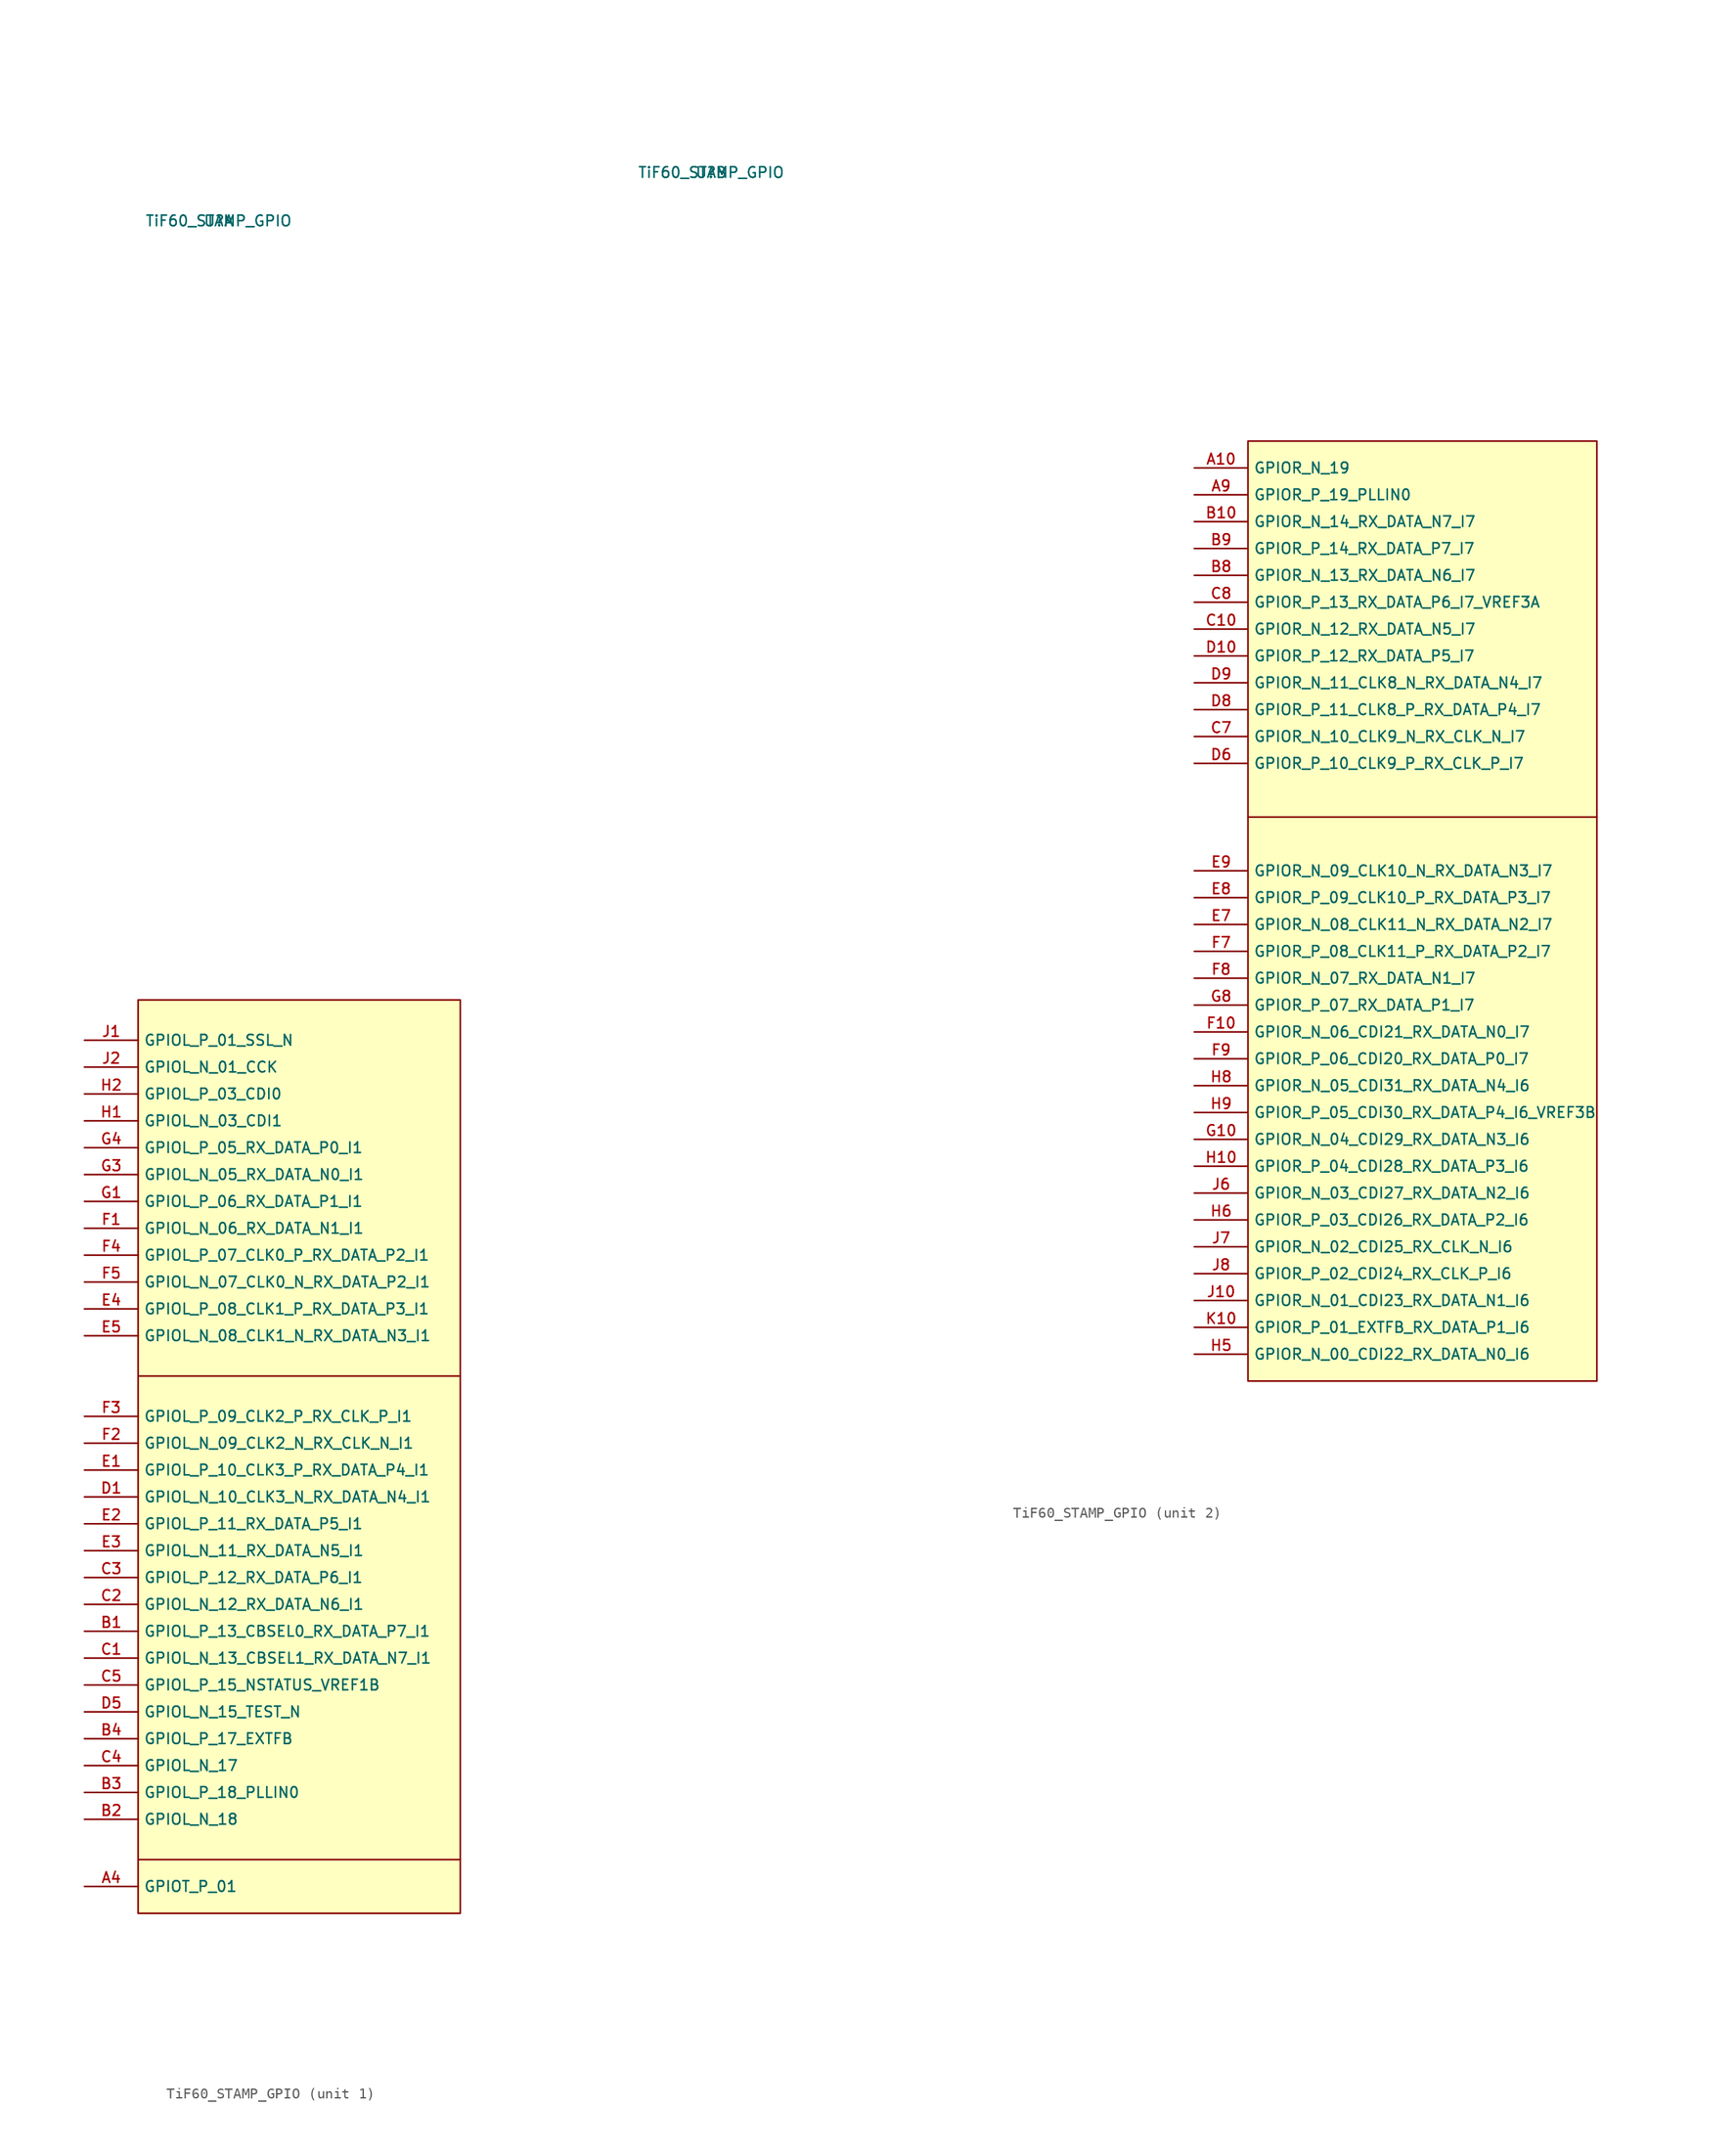
<source format=kicad_sym>
(kicad_symbol_lib
  (version 20210619)
  (generator kicad_symbol_editor)
  (symbol "TiF100_STAMP:TiF60_STAMP_GPIO"
    (property "Reference" "U"
      (at -5.08 114.3 0)
      (effects (font (size 1 1))))
    (property "Value" "TiF60_STAMP_GPIO"
      (at -5.08 114.3 0)
      (effects (font (size 1 1))))
    (symbol "TiF60_STAMP_GPIO_1_1"
      (rectangle (start -12.7 40.64) (end 17.78 -45.72) (stroke (width 0)) (fill (type background)))
      (polyline (pts (xy -12.7 -40.64) (xy 17.78 -40.64)) (stroke (width 0.152)) (fill (type none)))
      (polyline (pts (xy -12.7 5.08) (xy 17.78 5.08)) (stroke (width 0.152)) (fill (type none)))
      (pin bidirectional line (at -17.78 -43.18 0) (length 5.08) (name "GPIOT_P_01" (effects (font (size 1 1)))) (number "A4" (effects (font (size 1 1)))))
      (pin bidirectional line (at -17.78 -19.05 0) (length 5.08) (name "GPIOL_P_13_CBSEL0_RX_DATA_P7_I1" (effects (font (size 1 1)))) (number "B1" (effects (font (size 1 1)))))
      (pin bidirectional line (at -17.78 -36.83 0) (length 5.08) (name "GPIOL_N_18" (effects (font (size 1 1)))) (number "B2" (effects (font (size 1 1)))))
      (pin bidirectional line (at -17.78 -34.29 0) (length 5.08) (name "GPIOL_P_18_PLLIN0" (effects (font (size 1 1)))) (number "B3" (effects (font (size 1 1)))))
      (pin bidirectional line (at -17.78 -29.21 0) (length 5.08) (name "GPIOL_P_17_EXTFB" (effects (font (size 1 1)))) (number "B4" (effects (font (size 1 1)))))
      (pin bidirectional line (at -17.78 -21.59 0) (length 5.08) (name "GPIOL_N_13_CBSEL1_RX_DATA_N7_I1" (effects (font (size 1 1)))) (number "C1" (effects (font (size 1 1)))))
      (pin bidirectional line (at -17.78 -16.51 0) (length 5.08) (name "GPIOL_N_12_RX_DATA_N6_I1" (effects (font (size 1 1)))) (number "C2" (effects (font (size 1 1)))))
      (pin bidirectional line (at -17.78 -13.97 0) (length 5.08) (name "GPIOL_P_12_RX_DATA_P6_I1" (effects (font (size 1 1)))) (number "C3" (effects (font (size 1 1)))))
      (pin bidirectional line (at -17.78 -31.75 0) (length 5.08) (name "GPIOL_N_17" (effects (font (size 1 1)))) (number "C4" (effects (font (size 1 1)))))
      (pin bidirectional line (at -17.78 -24.13 0) (length 5.08) (name "GPIOL_P_15_NSTATUS_VREF1B" (effects (font (size 1 1)))) (number "C5" (effects (font (size 1 1)))))
      (pin bidirectional line (at -17.78 -6.35 0) (length 5.08) (name "GPIOL_N_10_CLK3_N_RX_DATA_N4_I1" (effects (font (size 1 1)))) (number "D1" (effects (font (size 1 1)))))
      (pin bidirectional line (at -17.78 -26.67 0) (length 5.08) (name "GPIOL_N_15_TEST_N" (effects (font (size 1 1)))) (number "D5" (effects (font (size 1 1)))))
      (pin bidirectional line (at -17.78 -3.81 0) (length 5.08) (name "GPIOL_P_10_CLK3_P_RX_DATA_P4_I1" (effects (font (size 1 1)))) (number "E1" (effects (font (size 1 1)))))
      (pin bidirectional line (at -17.78 -8.89 0) (length 5.08) (name "GPIOL_P_11_RX_DATA_P5_I1" (effects (font (size 1 1)))) (number "E2" (effects (font (size 1 1)))))
      (pin bidirectional line (at -17.78 -11.43 0) (length 5.08) (name "GPIOL_N_11_RX_DATA_N5_I1" (effects (font (size 1 1)))) (number "E3" (effects (font (size 1 1)))))
      (pin bidirectional line (at -17.78 11.43 0) (length 5.08) (name "GPIOL_P_08_CLK1_P_RX_DATA_P3_I1" (effects (font (size 1 1)))) (number "E4" (effects (font (size 1 1)))))
      (pin bidirectional line (at -17.78 8.89 0) (length 5.08) (name "GPIOL_N_08_CLK1_N_RX_DATA_N3_I1" (effects (font (size 1 1)))) (number "E5" (effects (font (size 1 1)))))
      (pin bidirectional line (at -17.78 19.05 0) (length 5.08) (name "GPIOL_N_06_RX_DATA_N1_I1" (effects (font (size 1 1)))) (number "F1" (effects (font (size 1 1)))))
      (pin bidirectional line (at -17.78 -1.27 0) (length 5.08) (name "GPIOL_N_09_CLK2_N_RX_CLK_N_I1" (effects (font (size 1 1)))) (number "F2" (effects (font (size 1 1)))))
      (pin bidirectional line (at -17.78 1.27 0) (length 5.08) (name "GPIOL_P_09_CLK2_P_RX_CLK_P_I1" (effects (font (size 1 1)))) (number "F3" (effects (font (size 1 1)))))
      (pin bidirectional line (at -17.78 16.51 0) (length 5.08) (name "GPIOL_P_07_CLK0_P_RX_DATA_P2_I1" (effects (font (size 1 1)))) (number "F4" (effects (font (size 1 1)))))
      (pin bidirectional line (at -17.78 13.97 0) (length 5.08) (name "GPIOL_N_07_CLK0_N_RX_DATA_P2_I1" (effects (font (size 1 1)))) (number "F5" (effects (font (size 1 1)))))
      (pin bidirectional line (at -17.78 21.59 0) (length 5.08) (name "GPIOL_P_06_RX_DATA_P1_I1" (effects (font (size 1 1)))) (number "G1" (effects (font (size 1 1)))))
      (pin bidirectional line (at -17.78 24.13 0) (length 5.08) (name "GPIOL_N_05_RX_DATA_N0_I1" (effects (font (size 1 1)))) (number "G3" (effects (font (size 1 1)))))
      (pin bidirectional line (at -17.78 26.67 0) (length 5.08) (name "GPIOL_P_05_RX_DATA_P0_I1" (effects (font (size 1 1)))) (number "G4" (effects (font (size 1 1)))))
      (pin bidirectional line (at -17.78 29.21 0) (length 5.08) (name "GPIOL_N_03_CDI1" (effects (font (size 1 1)))) (number "H1" (effects (font (size 1 1)))))
      (pin bidirectional line (at -17.78 31.75 0) (length 5.08) (name "GPIOL_P_03_CDI0" (effects (font (size 1 1)))) (number "H2" (effects (font (size 1 1)))))
      (pin bidirectional line (at -17.78 36.83 0) (length 5.08) (name "GPIOL_P_01_SSL_N" (effects (font (size 1 1)))) (number "J1" (effects (font (size 1 1)))))
      (pin bidirectional line (at -17.78 34.29 0) (length 5.08) (name "GPIOL_N_01_CCK" (effects (font (size 1 1)))) (number "J2" (effects (font (size 1 1))))))
    (symbol "TiF60_STAMP_GPIO_2_1"
      (rectangle (start 45.72 88.9) (end 78.74 0) (stroke (width 0)) (fill (type background)))
      (polyline (pts (xy 78.74 53.34) (xy 45.72 53.34)) (stroke (width 0.152)) (fill (type none)))
      (pin bidirectional line (at 40.64 86.36 0) (length 5.08) (name "GPIOR_N_19" (effects (font (size 1 1)))) (number "A10" (effects (font (size 1 1)))))
      (pin bidirectional line (at 40.64 83.82 0) (length 5.08) (name "GPIOR_P_19_PLLIN0" (effects (font (size 1 1)))) (number "A9" (effects (font (size 1 1)))))
      (pin bidirectional line (at 40.64 81.28 0) (length 5.08) (name "GPIOR_N_14_RX_DATA_N7_I7" (effects (font (size 1 1)))) (number "B10" (effects (font (size 1 1)))))
      (pin bidirectional line (at 40.64 76.2 0) (length 5.08) (name "GPIOR_N_13_RX_DATA_N6_I7" (effects (font (size 1 1)))) (number "B8" (effects (font (size 1 1)))))
      (pin bidirectional line (at 40.64 78.74 0) (length 5.08) (name "GPIOR_P_14_RX_DATA_P7_I7" (effects (font (size 1 1)))) (number "B9" (effects (font (size 1 1)))))
      (pin bidirectional line (at 40.64 71.12 0) (length 5.08) (name "GPIOR_N_12_RX_DATA_N5_I7" (effects (font (size 1 1)))) (number "C10" (effects (font (size 1 1)))))
      (pin bidirectional line (at 40.64 60.96 0) (length 5.08) (name "GPIOR_N_10_CLK9_N_RX_CLK_N_I7" (effects (font (size 1 1)))) (number "C7" (effects (font (size 1 1)))))
      (pin bidirectional line (at 40.64 73.66 0) (length 5.08) (name "GPIOR_P_13_RX_DATA_P6_I7_VREF3A" (effects (font (size 1 1)))) (number "C8" (effects (font (size 1 1)))))
      (pin bidirectional line (at 40.64 68.58 0) (length 5.08) (name "GPIOR_P_12_RX_DATA_P5_I7" (effects (font (size 1 1)))) (number "D10" (effects (font (size 1 1)))))
      (pin bidirectional line (at 40.64 58.42 0) (length 5.08) (name "GPIOR_P_10_CLK9_P_RX_CLK_P_I7" (effects (font (size 1 1)))) (number "D6" (effects (font (size 1 1)))))
      (pin bidirectional line (at 40.64 63.5 0) (length 5.08) (name "GPIOR_P_11_CLK8_P_RX_DATA_P4_I7" (effects (font (size 1 1)))) (number "D8" (effects (font (size 1 1)))))
      (pin bidirectional line (at 40.64 66.04 0) (length 5.08) (name "GPIOR_N_11_CLK8_N_RX_DATA_N4_I7" (effects (font (size 1 1)))) (number "D9" (effects (font (size 1 1)))))
      (pin bidirectional line (at 40.64 43.18 0) (length 5.08) (name "GPIOR_N_08_CLK11_N_RX_DATA_N2_I7" (effects (font (size 1 1)))) (number "E7" (effects (font (size 1 1)))))
      (pin bidirectional line (at 40.64 45.72 0) (length 5.08) (name "GPIOR_P_09_CLK10_P_RX_DATA_P3_I7" (effects (font (size 1 1)))) (number "E8" (effects (font (size 1 1)))))
      (pin bidirectional line (at 40.64 48.26 0) (length 5.08) (name "GPIOR_N_09_CLK10_N_RX_DATA_N3_I7" (effects (font (size 1 1)))) (number "E9" (effects (font (size 1 1)))))
      (pin bidirectional line (at 40.64 33.02 0) (length 5.08) (name "GPIOR_N_06_CDI21_RX_DATA_N0_I7" (effects (font (size 1 1)))) (number "F10" (effects (font (size 1 1)))))
      (pin bidirectional line (at 40.64 40.64 0) (length 5.08) (name "GPIOR_P_08_CLK11_P_RX_DATA_P2_I7" (effects (font (size 1 1)))) (number "F7" (effects (font (size 1 1)))))
      (pin bidirectional line (at 40.64 38.1 0) (length 5.08) (name "GPIOR_N_07_RX_DATA_N1_I7" (effects (font (size 1 1)))) (number "F8" (effects (font (size 1 1)))))
      (pin bidirectional line (at 40.64 30.48 0) (length 5.08) (name "GPIOR_P_06_CDI20_RX_DATA_P0_I7" (effects (font (size 1 1)))) (number "F9" (effects (font (size 1 1)))))
      (pin bidirectional line (at 40.64 22.86 0) (length 5.08) (name "GPIOR_N_04_CDI29_RX_DATA_N3_I6" (effects (font (size 1 1)))) (number "G10" (effects (font (size 1 1)))))
      (pin bidirectional line (at 40.64 35.56 0) (length 5.08) (name "GPIOR_P_07_RX_DATA_P1_I7" (effects (font (size 1 1)))) (number "G8" (effects (font (size 1 1)))))
      (pin bidirectional line (at 40.64 20.32 0) (length 5.08) (name "GPIOR_P_04_CDI28_RX_DATA_P3_I6" (effects (font (size 1 1)))) (number "H10" (effects (font (size 1 1)))))
      (pin bidirectional line (at 40.64 2.54 0) (length 5.08) (name "GPIOR_N_00_CDI22_RX_DATA_N0_I6" (effects (font (size 1 1)))) (number "H5" (effects (font (size 1 1)))))
      (pin bidirectional line (at 40.64 15.24 0) (length 5.08) (name "GPIOR_P_03_CDI26_RX_DATA_P2_I6" (effects (font (size 1 1)))) (number "H6" (effects (font (size 1 1)))))
      (pin bidirectional line (at 40.64 27.94 0) (length 5.08) (name "GPIOR_N_05_CDI31_RX_DATA_N4_I6" (effects (font (size 1 1)))) (number "H8" (effects (font (size 1 1)))))
      (pin bidirectional line (at 40.64 25.4 0) (length 5.08) (name "GPIOR_P_05_CDI30_RX_DATA_P4_I6_VREF3B" (effects (font (size 1 1)))) (number "H9" (effects (font (size 1 1)))))
      (pin bidirectional line (at 40.64 7.62 0) (length 5.08) (name "GPIOR_N_01_CDI23_RX_DATA_N1_I6" (effects (font (size 1 1)))) (number "J10" (effects (font (size 1 1)))))
      (pin bidirectional line (at 40.64 17.78 0) (length 5.08) (name "GPIOR_N_03_CDI27_RX_DATA_N2_I6" (effects (font (size 1 1)))) (number "J6" (effects (font (size 1 1)))))
      (pin bidirectional line (at 40.64 12.7 0) (length 5.08) (name "GPIOR_N_02_CDI25_RX_CLK_N_I6" (effects (font (size 1 1)))) (number "J7" (effects (font (size 1 1)))))
      (pin bidirectional line (at 40.64 10.16 0) (length 5.08) (name "GPIOR_P_02_CDI24_RX_CLK_P_I6" (effects (font (size 1 1)))) (number "J8" (effects (font (size 1 1)))))
      (pin bidirectional line (at 40.64 5.08 0) (length 5.08) (name "GPIOR_P_01_EXTFB_RX_DATA_P1_I6" (effects (font (size 1 1)))) (number "K10" (effects (font (size 1 1))))))))
</source>
